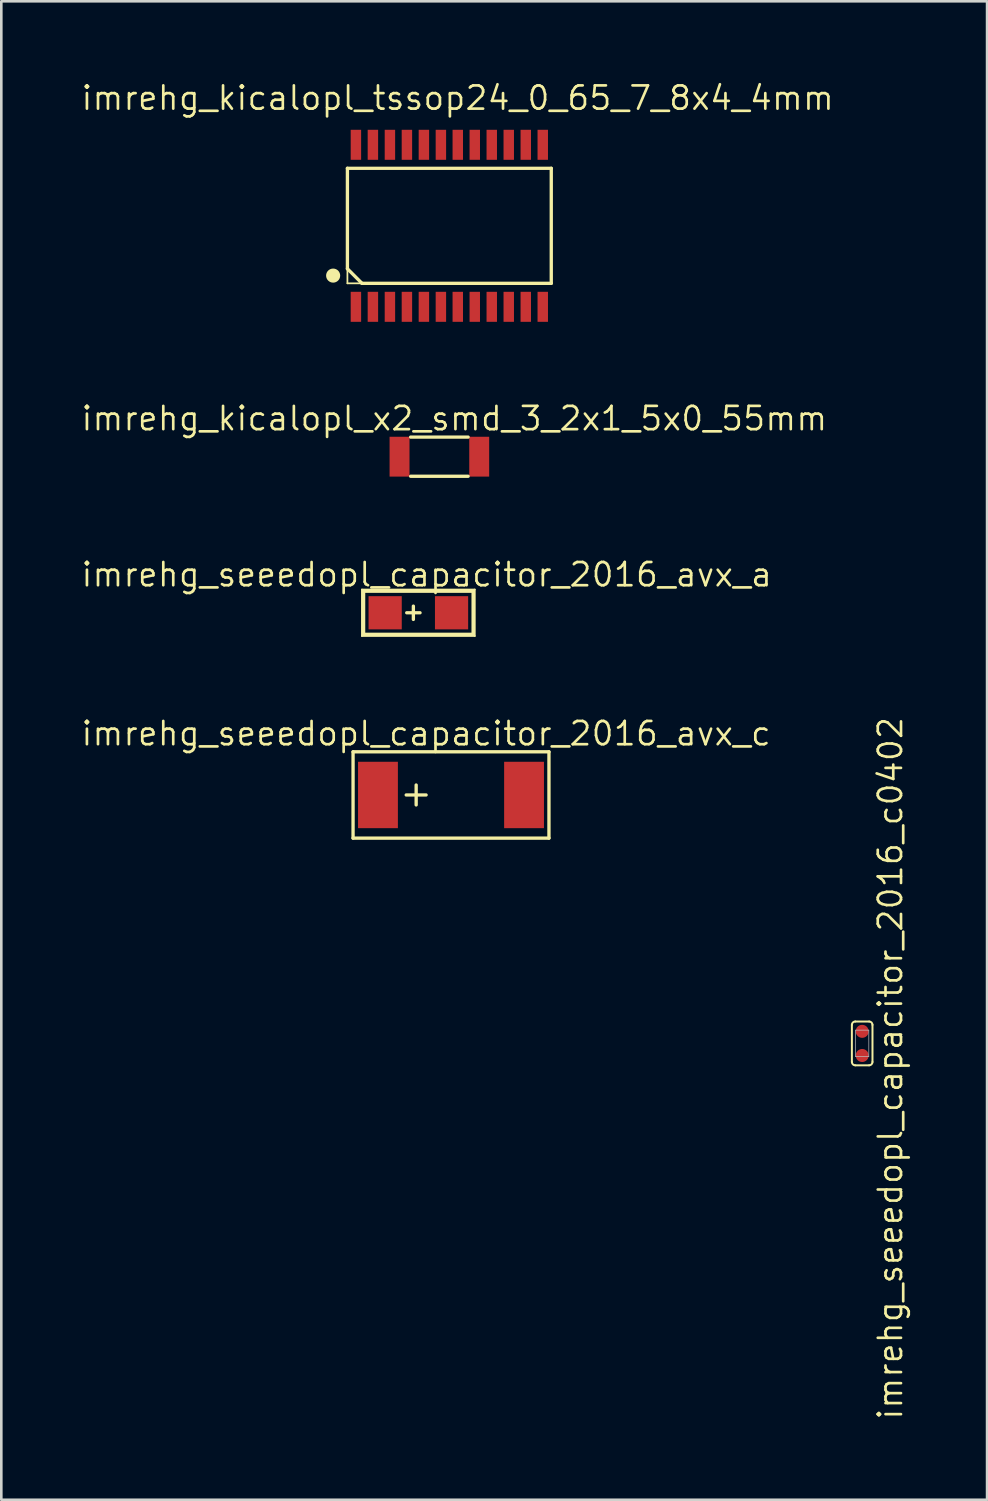
<source format=kicad_pcb>
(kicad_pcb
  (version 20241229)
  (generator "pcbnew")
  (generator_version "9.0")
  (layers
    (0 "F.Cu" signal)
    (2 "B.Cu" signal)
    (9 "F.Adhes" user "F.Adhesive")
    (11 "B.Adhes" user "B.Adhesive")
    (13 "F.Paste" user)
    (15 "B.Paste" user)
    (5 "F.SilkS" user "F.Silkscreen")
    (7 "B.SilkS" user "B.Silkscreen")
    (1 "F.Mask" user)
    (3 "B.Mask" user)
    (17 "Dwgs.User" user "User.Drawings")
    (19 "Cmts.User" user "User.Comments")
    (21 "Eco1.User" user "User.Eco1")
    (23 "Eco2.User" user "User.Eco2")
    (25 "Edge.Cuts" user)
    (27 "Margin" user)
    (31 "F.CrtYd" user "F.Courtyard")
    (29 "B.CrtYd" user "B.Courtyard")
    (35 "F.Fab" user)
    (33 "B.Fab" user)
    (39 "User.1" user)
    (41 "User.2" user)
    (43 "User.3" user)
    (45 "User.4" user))
  (footprint "imrehg_seeedopl_capacitor_2016_c0402"
    (layer "F.Cu")
    (at 29.932 36.865)
    (property "Reference" "imrehg_seeedopl_capacitor_2016_c0402" (at 1.079 0.953 270) (layer "F.SilkS") (effects (font (size 0.889 0.889) (thickness 0.102))))
    (attr smd)
    (fp_line (start -0.394 0.711) (end -0.394 -0.711) (stroke (width 0.076) (type solid)) (layer "F.SilkS"))
    (fp_line (start -0.267 -0.838) (end 0.267 -0.838) (stroke (width 0.076) (type solid)) (layer "F.SilkS"))
    (fp_line (start 0.267 0.838) (end -0.267 0.838) (stroke (width 0.076) (type solid)) (layer "F.SilkS"))
    (fp_line (start 0.394 -0.711) (end 0.394 0.711) (stroke (width 0.076) (type solid)) (layer "F.SilkS"))
    (fp_arc (start -0.3937 -0.7112) (mid -0.356503 -0.801003) (end -0.2667 -0.8382) (stroke (width 0.0762) (type solid)) (layer "F.SilkS"))
    (fp_arc (start -0.2667 0.8382) (mid -0.356503 0.801003) (end -0.3937 0.7112) (stroke (width 0.0762) (type solid)) (layer "F.SilkS"))
    (fp_arc (start 0.2667 -0.8382) (mid 0.356503 -0.801003) (end 0.3937 -0.7112) (stroke (width 0.0762) (type solid)) (layer "F.SilkS"))
    (fp_arc (start 0.3937 0.7112) (mid 0.356503 0.801003) (end 0.2667 0.8382) (stroke (width 0.0762) (type solid)) (layer "F.SilkS"))
    (fp_line (start -0.254 -0.508) (end 0.254 -0.508) (stroke (width 0.025) (type solid)) (layer "Dwgs.User"))
    (fp_line (start -0.254 0.508) (end -0.254 -0.508) (stroke (width 0.025) (type solid)) (layer "Dwgs.User"))
    (fp_line (start 0.254 -0.508) (end 0.254 0.508) (stroke (width 0.025) (type solid)) (layer "Dwgs.User"))
    (fp_line (start 0.254 0.508) (end -0.254 0.508) (stroke (width 0.025) (type solid)) (layer "Dwgs.User"))
    (pad "1" smd circle (at 0 -0.462 270) (size 0.498 0.498) (layers "F.Cu" "F.Mask" "F.Paste"))
    (pad "2" smd circle (at 0 0.462 270) (size 0.498 0.498) (layers "F.Cu" "F.Mask" "F.Paste")))
  (footprint "imrehg_seeedopl_capacitor_2016_avx_a"
    (layer "F.Cu")
    (at 12.954 20.391)
    (property "Reference" "imrehg_seeedopl_capacitor_2016_avx_a" (at 0.318 -1.46 0) (layer "F.SilkS") (effects (font (size 0.889 0.889) (thickness 0.102))))
    (attr smd)
    (fp_line (start -2.159 -0.889) (end 2.159 -0.889) (stroke (width 0.066) (type solid)) (layer "F.SilkS"))
    (fp_line (start -2.159 0.889) (end -2.159 -0.889) (stroke (width 0.066) (type solid)) (layer "F.SilkS"))
    (fp_line (start -2.159 0.889) (end 2.159 0.889) (stroke (width 0.066) (type solid)) (layer "F.SilkS"))
    (fp_line (start -2.095 -0.826) (end 2.095 -0.826) (stroke (width 0.127) (type solid)) (layer "F.SilkS"))
    (fp_line (start -2.095 0.826) (end -2.095 -0.826) (stroke (width 0.127) (type solid)) (layer "F.SilkS"))
    (fp_line (start -0.445 0) (end 0.064 0) (stroke (width 0.127) (type solid)) (layer "F.SilkS"))
    (fp_line (start -0.191 0.254) (end -0.191 -0.254) (stroke (width 0.127) (type solid)) (layer "F.SilkS"))
    (fp_line (start 2.095 -0.826) (end 2.095 0.826) (stroke (width 0.127) (type solid)) (layer "F.SilkS"))
    (fp_line (start 2.095 0.826) (end -2.095 0.826) (stroke (width 0.127) (type solid)) (layer "F.SilkS"))
    (fp_line (start 2.159 0.889) (end 2.159 -0.889) (stroke (width 0.066) (type solid)) (layer "F.SilkS"))
    (pad "+" smd rect (at -1.27 0) (size 1.27 1.27) (layers "F.Cu" "F.Mask" "F.Paste"))
    (pad "-" smd rect (at 1.27 0 180) (size 1.27 1.27) (layers "F.Cu" "F.Mask" "F.Paste")))
  (footprint "imrehg_kicalopl_x2_smd_3_2x1_5x0_55mm"
    (layer "F.Cu")
    (at 13.758 14.42)
    (property "Reference" "imrehg_kicalopl_x2_smd_3_2x1_5x0_55mm" (at 0.572 -1.46 0) (layer "F.SilkS") (effects (font (size 0.889 0.889) (thickness 0.102))))
    (attr smd)
    (fp_line (start -1.1 -0.749) (end 1.1 -0.749) (stroke (width 0.127) (type solid)) (layer "F.SilkS"))
    (fp_line (start 1.1 0.749) (end -1.1 0.749) (stroke (width 0.127) (type solid)) (layer "F.SilkS"))
    (pad "1" smd rect (at -1.524 0 90) (size 1.524 0.762) (layers "F.Cu" "F.Mask" "F.Paste"))
    (pad "2" smd rect (at 1.524 0 90) (size 1.524 0.762) (layers "F.Cu" "F.Mask" "F.Paste")))
  (footprint "imrehg_kicalopl_tssop24_0_65_7_8x4_4mm"
    (layer "F.Cu")
    (at 14.139 5.588)
    (property "Reference" "imrehg_kicalopl_tssop24_0_65_7_8x4_4mm" (at 0.318 -4.889 0) (layer "F.SilkS") (effects (font (size 0.889 0.889) (thickness 0.102))))
    (attr smd)
    (fp_line (start -3.899 -2.2) (end 3.899 -2.2) (stroke (width 0.066) (type solid)) (layer "F.SilkS"))
    (fp_line (start -3.899 -2.2) (end 3.899 -2.2) (stroke (width 0.127) (type solid)) (layer "F.SilkS"))
    (fp_line (start -3.899 1.643) (end -3.899 -2.2) (stroke (width 0.127) (type solid)) (layer "F.SilkS"))
    (fp_line (start -3.899 2.2) (end -3.899 -2.2) (stroke (width 0.066) (type solid)) (layer "F.SilkS"))
    (fp_line (start -3.899 2.2) (end 3.899 2.2) (stroke (width 0.066) (type solid)) (layer "F.SilkS"))
    (fp_line (start -3.343 2.2) (end -3.899 1.643) (stroke (width 0.127) (type solid)) (layer "F.SilkS"))
    (fp_line (start 3.899 -2.2) (end 3.899 2.2) (stroke (width 0.127) (type solid)) (layer "F.SilkS"))
    (fp_line (start 3.899 2.2) (end -3.343 2.2) (stroke (width 0.127) (type solid)) (layer "F.SilkS"))
    (fp_line (start 3.899 2.2) (end 3.899 -2.2) (stroke (width 0.066) (type solid)) (layer "F.SilkS"))
    (fp_circle (center -4.445 1.905) (end -4.636 2.095) (stroke (width 0) (type solid)) (fill yes) (layer "F.SilkS"))
    (pad "1" smd rect (at -3.574 3.099 90) (size 1.148 0.399) (layers "F.Cu" "F.Mask" "F.Paste"))
    (pad "2" smd rect (at -2.924 3.099 90) (size 1.148 0.399) (layers "F.Cu" "F.Mask" "F.Paste"))
    (pad "3" smd rect (at -2.273 3.099 90) (size 1.148 0.399) (layers "F.Cu" "F.Mask" "F.Paste"))
    (pad "4" smd rect (at -1.623 3.099 90) (size 1.148 0.399) (layers "F.Cu" "F.Mask" "F.Paste"))
    (pad "5" smd rect (at -0.973 3.099 90) (size 1.148 0.399) (layers "F.Cu" "F.Mask" "F.Paste"))
    (pad "6" smd rect (at -0.323 3.099 90) (size 1.148 0.399) (layers "F.Cu" "F.Mask" "F.Paste"))
    (pad "7" smd rect (at 0.323 3.099 90) (size 1.148 0.399) (layers "F.Cu" "F.Mask" "F.Paste"))
    (pad "8" smd rect (at 0.973 3.099 90) (size 1.148 0.399) (layers "F.Cu" "F.Mask" "F.Paste"))
    (pad "9" smd rect (at 1.623 3.099 90) (size 1.148 0.399) (layers "F.Cu" "F.Mask" "F.Paste"))
    (pad "10" smd rect (at 2.273 3.099 90) (size 1.148 0.399) (layers "F.Cu" "F.Mask" "F.Paste"))
    (pad "11" smd rect (at 2.924 3.099 90) (size 1.148 0.399) (layers "F.Cu" "F.Mask" "F.Paste"))
    (pad "12" smd rect (at 3.574 3.099 90) (size 1.148 0.399) (layers "F.Cu" "F.Mask" "F.Paste"))
    (pad "13" smd rect (at 3.574 -3.099 90) (size 1.148 0.399) (layers "F.Cu" "F.Mask" "F.Paste"))
    (pad "14" smd rect (at 2.924 -3.099 90) (size 1.148 0.399) (layers "F.Cu" "F.Mask" "F.Paste"))
    (pad "15" smd rect (at 2.273 -3.099 90) (size 1.148 0.399) (layers "F.Cu" "F.Mask" "F.Paste"))
    (pad "16" smd rect (at 1.623 -3.099 90) (size 1.148 0.399) (layers "F.Cu" "F.Mask" "F.Paste"))
    (pad "17" smd rect (at 0.973 -3.099 90) (size 1.148 0.399) (layers "F.Cu" "F.Mask" "F.Paste"))
    (pad "18" smd rect (at 0.323 -3.099 90) (size 1.148 0.399) (layers "F.Cu" "F.Mask" "F.Paste"))
    (pad "19" smd rect (at -0.323 -3.099 90) (size 1.148 0.399) (layers "F.Cu" "F.Mask" "F.Paste"))
    (pad "20" smd rect (at -0.973 -3.099 90) (size 1.148 0.399) (layers "F.Cu" "F.Mask" "F.Paste"))
    (pad "21" smd rect (at -1.623 -3.099 90) (size 1.148 0.399) (layers "F.Cu" "F.Mask" "F.Paste"))
    (pad "22" smd rect (at -2.273 -3.099 90) (size 1.148 0.399) (layers "F.Cu" "F.Mask" "F.Paste"))
    (pad "23" smd rect (at -2.924 -3.099 90) (size 1.148 0.399) (layers "F.Cu" "F.Mask" "F.Paste"))
    (pad "24" smd rect (at -3.574 -3.099 90) (size 1.148 0.399) (layers "F.Cu" "F.Mask" "F.Paste")))
  (footprint "imrehg_seeedopl_capacitor_2016_avx_c"
    (layer "F.Cu")
    (at 14.203 27.361)
    (property "Reference" "imrehg_seeedopl_capacitor_2016_avx_c" (at -0.953 -2.349 0) (layer "F.SilkS") (effects (font (size 0.889 0.889) (thickness 0.102))))
    (attr smd)
    (fp_line (start -3.747 -1.651) (end 3.747 -1.651) (stroke (width 0.066) (type solid)) (layer "F.SilkS"))
    (fp_line (start -3.747 -1.651) (end 3.747 -1.651) (stroke (width 0.127) (type solid)) (layer "F.SilkS"))
    (fp_line (start -3.747 1.651) (end -3.747 -1.651) (stroke (width 0.066) (type solid)) (layer "F.SilkS"))
    (fp_line (start -3.747 1.651) (end -3.747 -1.651) (stroke (width 0.127) (type solid)) (layer "F.SilkS"))
    (fp_line (start -3.747 1.651) (end 3.747 1.651) (stroke (width 0.066) (type solid)) (layer "F.SilkS"))
    (fp_line (start -1.714 0) (end -0.953 0) (stroke (width 0.127) (type solid)) (layer "F.SilkS"))
    (fp_line (start -1.333 0.381) (end -1.333 -0.381) (stroke (width 0.127) (type solid)) (layer "F.SilkS"))
    (fp_line (start 3.747 -1.651) (end 3.747 1.651) (stroke (width 0.127) (type solid)) (layer "F.SilkS"))
    (fp_line (start 3.747 1.651) (end -3.747 1.651) (stroke (width 0.127) (type solid)) (layer "F.SilkS"))
    (fp_line (start 3.747 1.651) (end 3.747 -1.651) (stroke (width 0.066) (type solid)) (layer "F.SilkS"))
    (pad "+" smd rect (at -2.794 0 90) (size 2.54 1.524) (layers "F.Cu" "F.Mask" "F.Paste"))
    (pad "-" smd rect (at 2.794 0 90) (size 2.54 1.524) (layers "F.Cu" "F.Mask" "F.Paste")))
  (gr_rect
    (start -3 -3)
    (end 34.71 54.322)
    (stroke (width 0.1) (type default))
    (fill no)
    (layer "Edge.Cuts")))
</source>
